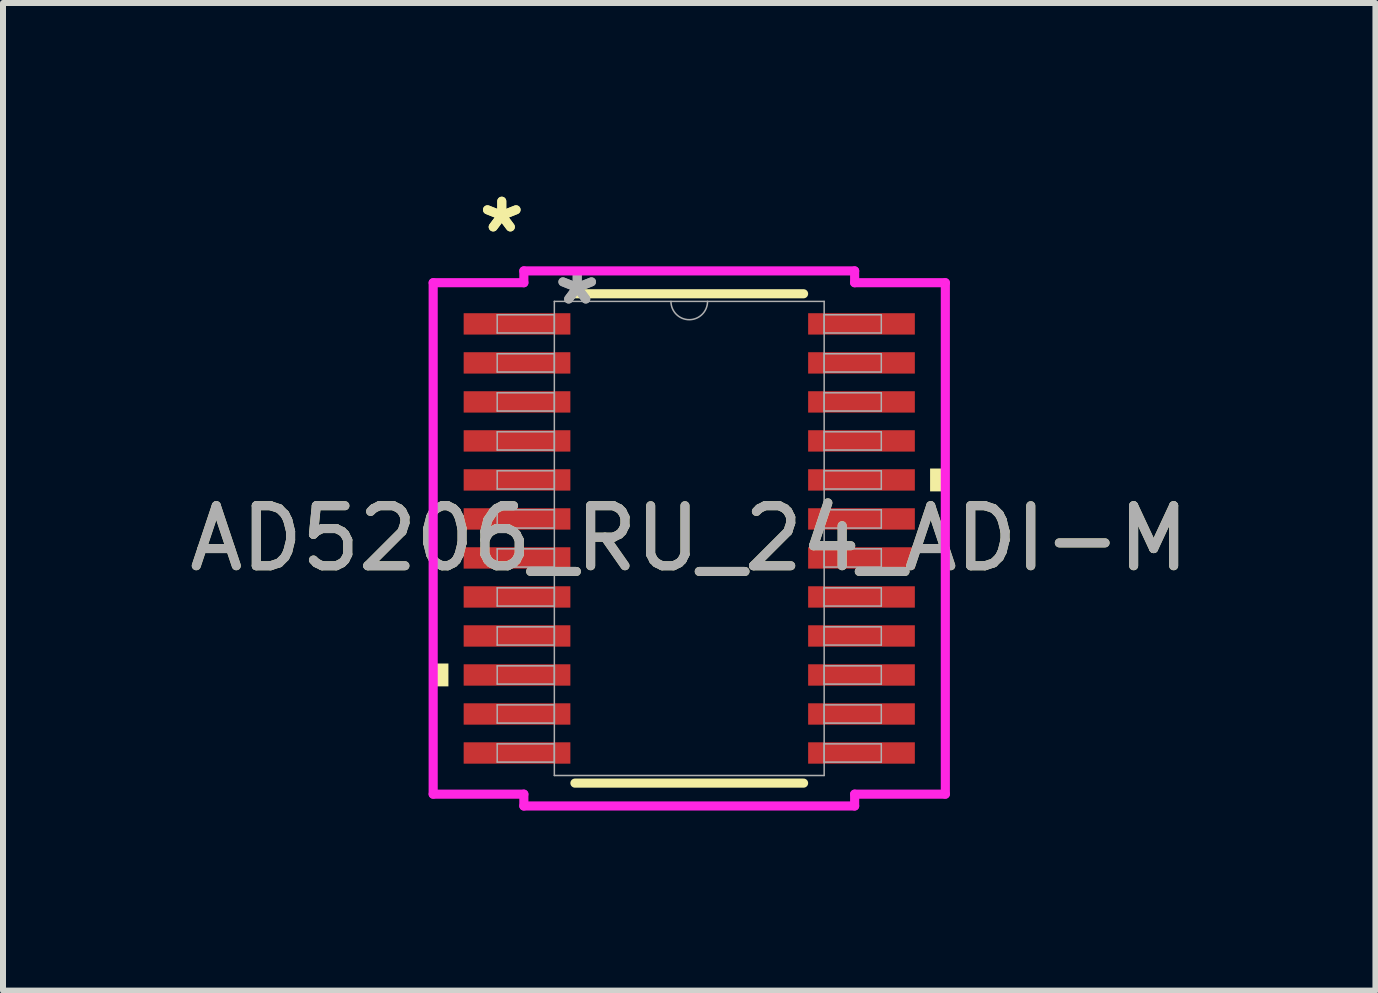
<source format=kicad_pcb>
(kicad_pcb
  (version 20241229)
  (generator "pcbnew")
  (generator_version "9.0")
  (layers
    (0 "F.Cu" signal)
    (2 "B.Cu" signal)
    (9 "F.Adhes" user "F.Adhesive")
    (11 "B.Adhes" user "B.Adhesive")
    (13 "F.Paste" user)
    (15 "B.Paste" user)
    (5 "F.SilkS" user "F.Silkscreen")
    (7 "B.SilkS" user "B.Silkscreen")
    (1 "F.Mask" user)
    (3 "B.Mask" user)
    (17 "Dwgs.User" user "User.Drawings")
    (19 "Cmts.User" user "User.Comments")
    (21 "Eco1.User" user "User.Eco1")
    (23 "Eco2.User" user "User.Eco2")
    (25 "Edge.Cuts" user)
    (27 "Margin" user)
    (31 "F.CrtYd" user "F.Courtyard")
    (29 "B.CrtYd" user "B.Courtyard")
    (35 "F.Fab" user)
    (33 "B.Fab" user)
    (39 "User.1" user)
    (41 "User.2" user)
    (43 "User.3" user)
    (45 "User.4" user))
  (footprint "AD5206_RU_24_ADI-M"
    (layer "F.Cu")
    (at 8.435 5.922)
    (property "Reference" "AD5206_RU_24_ADI-M" (at 0 0 0) (unlocked yes) (layer "F.SilkS") (effects (font (size 1 1) (thickness 0.15))))
    (attr smd)
    (fp_line (start -1.905 4.077) (end 1.905 4.077) (stroke (width 0.152) (type solid)) (layer "F.SilkS"))
    (fp_line (start 1.905 -4.077) (end -1.905 -4.077) (stroke (width 0.152) (type solid)) (layer "F.SilkS"))
    (fp_poly (pts (xy -4.267 2.084) (xy -4.267 2.465) (xy -4.013 2.465) (xy -4.013 2.084)) (stroke (width 0) (type solid)) (fill yes) (layer "F.SilkS"))
    (fp_poly (pts (xy 4.267 -1.165) (xy 4.267 -0.784) (xy 4.013 -0.784) (xy 4.013 -1.165)) (stroke (width 0) (type solid)) (fill yes) (layer "F.SilkS"))
    (fp_line (start -4.267 -4.261) (end -2.756 -4.261) (stroke (width 0.152) (type solid)) (layer "F.CrtYd"))
    (fp_line (start -4.267 4.261) (end -4.267 -4.261) (stroke (width 0.152) (type solid)) (layer "F.CrtYd"))
    (fp_line (start -4.267 4.261) (end -2.756 4.261) (stroke (width 0.152) (type solid)) (layer "F.CrtYd"))
    (fp_line (start -2.756 -4.458) (end 2.756 -4.458) (stroke (width 0.152) (type solid)) (layer "F.CrtYd"))
    (fp_line (start -2.756 -4.261) (end -2.756 -4.458) (stroke (width 0.152) (type solid)) (layer "F.CrtYd"))
    (fp_line (start -2.756 4.458) (end -2.756 4.261) (stroke (width 0.152) (type solid)) (layer "F.CrtYd"))
    (fp_line (start 2.756 -4.458) (end 2.756 -4.261) (stroke (width 0.152) (type solid)) (layer "F.CrtYd"))
    (fp_line (start 2.756 4.261) (end 2.756 4.458) (stroke (width 0.152) (type solid)) (layer "F.CrtYd"))
    (fp_line (start 2.756 4.458) (end -2.756 4.458) (stroke (width 0.152) (type solid)) (layer "F.CrtYd"))
    (fp_line (start 4.267 -4.261) (end 2.756 -4.261) (stroke (width 0.152) (type solid)) (layer "F.CrtYd"))
    (fp_line (start 4.267 -4.261) (end 4.267 4.261) (stroke (width 0.152) (type solid)) (layer "F.CrtYd"))
    (fp_line (start 4.267 4.261) (end 2.756 4.261) (stroke (width 0.152) (type solid)) (layer "F.CrtYd"))
    (fp_line (start -3.2 -3.727) (end -3.2 -3.423) (stroke (width 0.025) (type solid)) (layer "F.Fab"))
    (fp_line (start -3.2 -3.423) (end -2.248 -3.423) (stroke (width 0.025) (type solid)) (layer "F.Fab"))
    (fp_line (start -3.2 -3.077) (end -3.2 -2.773) (stroke (width 0.025) (type solid)) (layer "F.Fab"))
    (fp_line (start -3.2 -2.773) (end -2.248 -2.773) (stroke (width 0.025) (type solid)) (layer "F.Fab"))
    (fp_line (start -3.2 -2.427) (end -3.2 -2.123) (stroke (width 0.025) (type solid)) (layer "F.Fab"))
    (fp_line (start -3.2 -2.123) (end -2.248 -2.123) (stroke (width 0.025) (type solid)) (layer "F.Fab"))
    (fp_line (start -3.2 -1.777) (end -3.2 -1.473) (stroke (width 0.025) (type solid)) (layer "F.Fab"))
    (fp_line (start -3.2 -1.473) (end -2.248 -1.473) (stroke (width 0.025) (type solid)) (layer "F.Fab"))
    (fp_line (start -3.2 -1.127) (end -3.2 -0.823) (stroke (width 0.025) (type solid)) (layer "F.Fab"))
    (fp_line (start -3.2 -0.823) (end -2.248 -0.823) (stroke (width 0.025) (type solid)) (layer "F.Fab"))
    (fp_line (start -3.2 -0.477) (end -3.2 -0.173) (stroke (width 0.025) (type solid)) (layer "F.Fab"))
    (fp_line (start -3.2 -0.173) (end -2.248 -0.173) (stroke (width 0.025) (type solid)) (layer "F.Fab"))
    (fp_line (start -3.2 0.173) (end -3.2 0.477) (stroke (width 0.025) (type solid)) (layer "F.Fab"))
    (fp_line (start -3.2 0.477) (end -2.248 0.477) (stroke (width 0.025) (type solid)) (layer "F.Fab"))
    (fp_line (start -3.2 0.823) (end -3.2 1.127) (stroke (width 0.025) (type solid)) (layer "F.Fab"))
    (fp_line (start -3.2 1.127) (end -2.248 1.127) (stroke (width 0.025) (type solid)) (layer "F.Fab"))
    (fp_line (start -3.2 1.473) (end -3.2 1.777) (stroke (width 0.025) (type solid)) (layer "F.Fab"))
    (fp_line (start -3.2 1.777) (end -2.248 1.777) (stroke (width 0.025) (type solid)) (layer "F.Fab"))
    (fp_line (start -3.2 2.123) (end -3.2 2.427) (stroke (width 0.025) (type solid)) (layer "F.Fab"))
    (fp_line (start -3.2 2.427) (end -2.248 2.427) (stroke (width 0.025) (type solid)) (layer "F.Fab"))
    (fp_line (start -3.2 2.773) (end -3.2 3.077) (stroke (width 0.025) (type solid)) (layer "F.Fab"))
    (fp_line (start -3.2 3.077) (end -2.248 3.077) (stroke (width 0.025) (type solid)) (layer "F.Fab"))
    (fp_line (start -3.2 3.423) (end -3.2 3.727) (stroke (width 0.025) (type solid)) (layer "F.Fab"))
    (fp_line (start -3.2 3.727) (end -2.248 3.727) (stroke (width 0.025) (type solid)) (layer "F.Fab"))
    (fp_line (start -2.248 -3.95) (end -2.248 3.95) (stroke (width 0.025) (type solid)) (layer "F.Fab"))
    (fp_line (start -2.248 -3.727) (end -3.2 -3.727) (stroke (width 0.025) (type solid)) (layer "F.Fab"))
    (fp_line (start -2.248 -3.423) (end -2.248 -3.727) (stroke (width 0.025) (type solid)) (layer "F.Fab"))
    (fp_line (start -2.248 -3.077) (end -3.2 -3.077) (stroke (width 0.025) (type solid)) (layer "F.Fab"))
    (fp_line (start -2.248 -2.773) (end -2.248 -3.077) (stroke (width 0.025) (type solid)) (layer "F.Fab"))
    (fp_line (start -2.248 -2.427) (end -3.2 -2.427) (stroke (width 0.025) (type solid)) (layer "F.Fab"))
    (fp_line (start -2.248 -2.123) (end -2.248 -2.427) (stroke (width 0.025) (type solid)) (layer "F.Fab"))
    (fp_line (start -2.248 -1.777) (end -3.2 -1.777) (stroke (width 0.025) (type solid)) (layer "F.Fab"))
    (fp_line (start -2.248 -1.473) (end -2.248 -1.777) (stroke (width 0.025) (type solid)) (layer "F.Fab"))
    (fp_line (start -2.248 -1.127) (end -3.2 -1.127) (stroke (width 0.025) (type solid)) (layer "F.Fab"))
    (fp_line (start -2.248 -0.823) (end -2.248 -1.127) (stroke (width 0.025) (type solid)) (layer "F.Fab"))
    (fp_line (start -2.248 -0.477) (end -3.2 -0.477) (stroke (width 0.025) (type solid)) (layer "F.Fab"))
    (fp_line (start -2.248 -0.173) (end -2.248 -0.477) (stroke (width 0.025) (type solid)) (layer "F.Fab"))
    (fp_line (start -2.248 0.173) (end -3.2 0.173) (stroke (width 0.025) (type solid)) (layer "F.Fab"))
    (fp_line (start -2.248 0.477) (end -2.248 0.173) (stroke (width 0.025) (type solid)) (layer "F.Fab"))
    (fp_line (start -2.248 0.823) (end -3.2 0.823) (stroke (width 0.025) (type solid)) (layer "F.Fab"))
    (fp_line (start -2.248 1.127) (end -2.248 0.823) (stroke (width 0.025) (type solid)) (layer "F.Fab"))
    (fp_line (start -2.248 1.473) (end -3.2 1.473) (stroke (width 0.025) (type solid)) (layer "F.Fab"))
    (fp_line (start -2.248 1.777) (end -2.248 1.473) (stroke (width 0.025) (type solid)) (layer "F.Fab"))
    (fp_line (start -2.248 2.123) (end -3.2 2.123) (stroke (width 0.025) (type solid)) (layer "F.Fab"))
    (fp_line (start -2.248 2.427) (end -2.248 2.123) (stroke (width 0.025) (type solid)) (layer "F.Fab"))
    (fp_line (start -2.248 2.773) (end -3.2 2.773) (stroke (width 0.025) (type solid)) (layer "F.Fab"))
    (fp_line (start -2.248 3.077) (end -2.248 2.773) (stroke (width 0.025) (type solid)) (layer "F.Fab"))
    (fp_line (start -2.248 3.423) (end -3.2 3.423) (stroke (width 0.025) (type solid)) (layer "F.Fab"))
    (fp_line (start -2.248 3.727) (end -2.248 3.423) (stroke (width 0.025) (type solid)) (layer "F.Fab"))
    (fp_line (start -2.248 3.95) (end 2.248 3.95) (stroke (width 0.025) (type solid)) (layer "F.Fab"))
    (fp_line (start 2.248 -3.95) (end -2.248 -3.95) (stroke (width 0.025) (type solid)) (layer "F.Fab"))
    (fp_line (start 2.248 -3.727) (end 2.248 -3.423) (stroke (width 0.025) (type solid)) (layer "F.Fab"))
    (fp_line (start 2.248 -3.423) (end 3.2 -3.423) (stroke (width 0.025) (type solid)) (layer "F.Fab"))
    (fp_line (start 2.248 -3.077) (end 2.248 -2.773) (stroke (width 0.025) (type solid)) (layer "F.Fab"))
    (fp_line (start 2.248 -2.773) (end 3.2 -2.773) (stroke (width 0.025) (type solid)) (layer "F.Fab"))
    (fp_line (start 2.248 -2.427) (end 2.248 -2.123) (stroke (width 0.025) (type solid)) (layer "F.Fab"))
    (fp_line (start 2.248 -2.123) (end 3.2 -2.123) (stroke (width 0.025) (type solid)) (layer "F.Fab"))
    (fp_line (start 2.248 -1.777) (end 2.248 -1.473) (stroke (width 0.025) (type solid)) (layer "F.Fab"))
    (fp_line (start 2.248 -1.473) (end 3.2 -1.473) (stroke (width 0.025) (type solid)) (layer "F.Fab"))
    (fp_line (start 2.248 -1.127) (end 2.248 -0.823) (stroke (width 0.025) (type solid)) (layer "F.Fab"))
    (fp_line (start 2.248 -0.823) (end 3.2 -0.823) (stroke (width 0.025) (type solid)) (layer "F.Fab"))
    (fp_line (start 2.248 -0.477) (end 2.248 -0.173) (stroke (width 0.025) (type solid)) (layer "F.Fab"))
    (fp_line (start 2.248 -0.173) (end 3.2 -0.173) (stroke (width 0.025) (type solid)) (layer "F.Fab"))
    (fp_line (start 2.248 0.173) (end 2.248 0.477) (stroke (width 0.025) (type solid)) (layer "F.Fab"))
    (fp_line (start 2.248 0.477) (end 3.2 0.477) (stroke (width 0.025) (type solid)) (layer "F.Fab"))
    (fp_line (start 2.248 0.823) (end 2.248 1.127) (stroke (width 0.025) (type solid)) (layer "F.Fab"))
    (fp_line (start 2.248 1.127) (end 3.2 1.127) (stroke (width 0.025) (type solid)) (layer "F.Fab"))
    (fp_line (start 2.248 1.473) (end 2.248 1.777) (stroke (width 0.025) (type solid)) (layer "F.Fab"))
    (fp_line (start 2.248 1.777) (end 3.2 1.777) (stroke (width 0.025) (type solid)) (layer "F.Fab"))
    (fp_line (start 2.248 2.123) (end 2.248 2.427) (stroke (width 0.025) (type solid)) (layer "F.Fab"))
    (fp_line (start 2.248 2.427) (end 3.2 2.427) (stroke (width 0.025) (type solid)) (layer "F.Fab"))
    (fp_line (start 2.248 2.773) (end 2.248 3.077) (stroke (width 0.025) (type solid)) (layer "F.Fab"))
    (fp_line (start 2.248 3.077) (end 3.2 3.077) (stroke (width 0.025) (type solid)) (layer "F.Fab"))
    (fp_line (start 2.248 3.423) (end 2.248 3.727) (stroke (width 0.025) (type solid)) (layer "F.Fab"))
    (fp_line (start 2.248 3.727) (end 3.2 3.727) (stroke (width 0.025) (type solid)) (layer "F.Fab"))
    (fp_line (start 2.248 3.95) (end 2.248 -3.95) (stroke (width 0.025) (type solid)) (layer "F.Fab"))
    (fp_line (start 3.2 -3.727) (end 2.248 -3.727) (stroke (width 0.025) (type solid)) (layer "F.Fab"))
    (fp_line (start 3.2 -3.423) (end 3.2 -3.727) (stroke (width 0.025) (type solid)) (layer "F.Fab"))
    (fp_line (start 3.2 -3.077) (end 2.248 -3.077) (stroke (width 0.025) (type solid)) (layer "F.Fab"))
    (fp_line (start 3.2 -2.773) (end 3.2 -3.077) (stroke (width 0.025) (type solid)) (layer "F.Fab"))
    (fp_line (start 3.2 -2.427) (end 2.248 -2.427) (stroke (width 0.025) (type solid)) (layer "F.Fab"))
    (fp_line (start 3.2 -2.123) (end 3.2 -2.427) (stroke (width 0.025) (type solid)) (layer "F.Fab"))
    (fp_line (start 3.2 -1.777) (end 2.248 -1.777) (stroke (width 0.025) (type solid)) (layer "F.Fab"))
    (fp_line (start 3.2 -1.473) (end 3.2 -1.777) (stroke (width 0.025) (type solid)) (layer "F.Fab"))
    (fp_line (start 3.2 -1.127) (end 2.248 -1.127) (stroke (width 0.025) (type solid)) (layer "F.Fab"))
    (fp_line (start 3.2 -0.823) (end 3.2 -1.127) (stroke (width 0.025) (type solid)) (layer "F.Fab"))
    (fp_line (start 3.2 -0.477) (end 2.248 -0.477) (stroke (width 0.025) (type solid)) (layer "F.Fab"))
    (fp_line (start 3.2 -0.173) (end 3.2 -0.477) (stroke (width 0.025) (type solid)) (layer "F.Fab"))
    (fp_line (start 3.2 0.173) (end 2.248 0.173) (stroke (width 0.025) (type solid)) (layer "F.Fab"))
    (fp_line (start 3.2 0.477) (end 3.2 0.173) (stroke (width 0.025) (type solid)) (layer "F.Fab"))
    (fp_line (start 3.2 0.823) (end 2.248 0.823) (stroke (width 0.025) (type solid)) (layer "F.Fab"))
    (fp_line (start 3.2 1.127) (end 3.2 0.823) (stroke (width 0.025) (type solid)) (layer "F.Fab"))
    (fp_line (start 3.2 1.473) (end 2.248 1.473) (stroke (width 0.025) (type solid)) (layer "F.Fab"))
    (fp_line (start 3.2 1.777) (end 3.2 1.473) (stroke (width 0.025) (type solid)) (layer "F.Fab"))
    (fp_line (start 3.2 2.123) (end 2.248 2.123) (stroke (width 0.025) (type solid)) (layer "F.Fab"))
    (fp_line (start 3.2 2.427) (end 3.2 2.123) (stroke (width 0.025) (type solid)) (layer "F.Fab"))
    (fp_line (start 3.2 2.773) (end 2.248 2.773) (stroke (width 0.025) (type solid)) (layer "F.Fab"))
    (fp_line (start 3.2 3.077) (end 3.2 2.773) (stroke (width 0.025) (type solid)) (layer "F.Fab"))
    (fp_line (start 3.2 3.423) (end 2.248 3.423) (stroke (width 0.025) (type solid)) (layer "F.Fab"))
    (fp_line (start 3.2 3.727) (end 3.2 3.423) (stroke (width 0.025) (type solid)) (layer "F.Fab"))
    (fp_arc (start 0.3048 -3.9497) (mid 0 -3.6449) (end -0.3048 -3.9497) (stroke (width 0.0254) (type solid)) (layer "F.Fab"))
    (fp_text user "*" (at -3.124 -5.074 0) (unlocked yes) (layer "F.SilkS") (effects (font (size 1 1) (thickness 0.15))))
    (fp_text user "*" (at -3.124 -5.074 0) (layer "F.SilkS") (effects (font (size 1 1) (thickness 0.15))))
    (fp_text user "${REFERENCE}" (at 0 0 0) (unlocked yes) (layer "F.Fab") (effects (font (size 1 1) (thickness 0.15))))
    (fp_text user "*" (at -1.867 -3.873 0) (unlocked yes) (layer "F.Fab") (effects (font (size 1 1) (thickness 0.15))))
    (fp_text user "*" (at -1.867 -3.873 0) (layer "F.Fab") (effects (font (size 1 1) (thickness 0.15))))
    (pad "1" smd rect (at -2.87 -3.575) (size 1.778 0.356) (layers "F.Cu" "F.Mask" "F.Paste"))
    (pad "2" smd rect (at -2.87 -2.925) (size 1.778 0.356) (layers "F.Cu" "F.Mask" "F.Paste"))
    (pad "3" smd rect (at -2.87 -2.275) (size 1.778 0.356) (layers "F.Cu" "F.Mask" "F.Paste"))
    (pad "4" smd rect (at -2.87 -1.625) (size 1.778 0.356) (layers "F.Cu" "F.Mask" "F.Paste"))
    (pad "5" smd rect (at -2.87 -0.975) (size 1.778 0.356) (layers "F.Cu" "F.Mask" "F.Paste"))
    (pad "6" smd rect (at -2.87 -0.325) (size 1.778 0.356) (layers "F.Cu" "F.Mask" "F.Paste"))
    (pad "7" smd rect (at -2.87 0.325) (size 1.778 0.356) (layers "F.Cu" "F.Mask" "F.Paste"))
    (pad "8" smd rect (at -2.87 0.975) (size 1.778 0.356) (layers "F.Cu" "F.Mask" "F.Paste"))
    (pad "9" smd rect (at -2.87 1.625) (size 1.778 0.356) (layers "F.Cu" "F.Mask" "F.Paste"))
    (pad "10" smd rect (at -2.87 2.275) (size 1.778 0.356) (layers "F.Cu" "F.Mask" "F.Paste"))
    (pad "11" smd rect (at -2.87 2.925) (size 1.778 0.356) (layers "F.Cu" "F.Mask" "F.Paste"))
    (pad "12" smd rect (at -2.87 3.575) (size 1.778 0.356) (layers "F.Cu" "F.Mask" "F.Paste"))
    (pad "13" smd rect (at 2.87 3.575) (size 1.778 0.356) (layers "F.Cu" "F.Mask" "F.Paste"))
    (pad "14" smd rect (at 2.87 2.925) (size 1.778 0.356) (layers "F.Cu" "F.Mask" "F.Paste"))
    (pad "15" smd rect (at 2.87 2.275) (size 1.778 0.356) (layers "F.Cu" "F.Mask" "F.Paste"))
    (pad "16" smd rect (at 2.87 1.625) (size 1.778 0.356) (layers "F.Cu" "F.Mask" "F.Paste"))
    (pad "17" smd rect (at 2.87 0.975) (size 1.778 0.356) (layers "F.Cu" "F.Mask" "F.Paste"))
    (pad "18" smd rect (at 2.87 0.325) (size 1.778 0.356) (layers "F.Cu" "F.Mask" "F.Paste"))
    (pad "19" smd rect (at 2.87 -0.325) (size 1.778 0.356) (layers "F.Cu" "F.Mask" "F.Paste"))
    (pad "20" smd rect (at 2.87 -0.975) (size 1.778 0.356) (layers "F.Cu" "F.Mask" "F.Paste"))
    (pad "21" smd rect (at 2.87 -1.625) (size 1.778 0.356) (layers "F.Cu" "F.Mask" "F.Paste"))
    (pad "22" smd rect (at 2.87 -2.275) (size 1.778 0.356) (layers "F.Cu" "F.Mask" "F.Paste"))
    (pad "23" smd rect (at 2.87 -2.925) (size 1.778 0.356) (layers "F.Cu" "F.Mask" "F.Paste"))
    (pad "24" smd rect (at 2.87 -3.575) (size 1.778 0.356) (layers "F.Cu" "F.Mask" "F.Paste")))
  (gr_rect
    (start -3 -3)
    (end 19.869 13.456)
    (stroke (width 0.1) (type default))
    (fill no)
    (layer "Edge.Cuts")))
</source>
